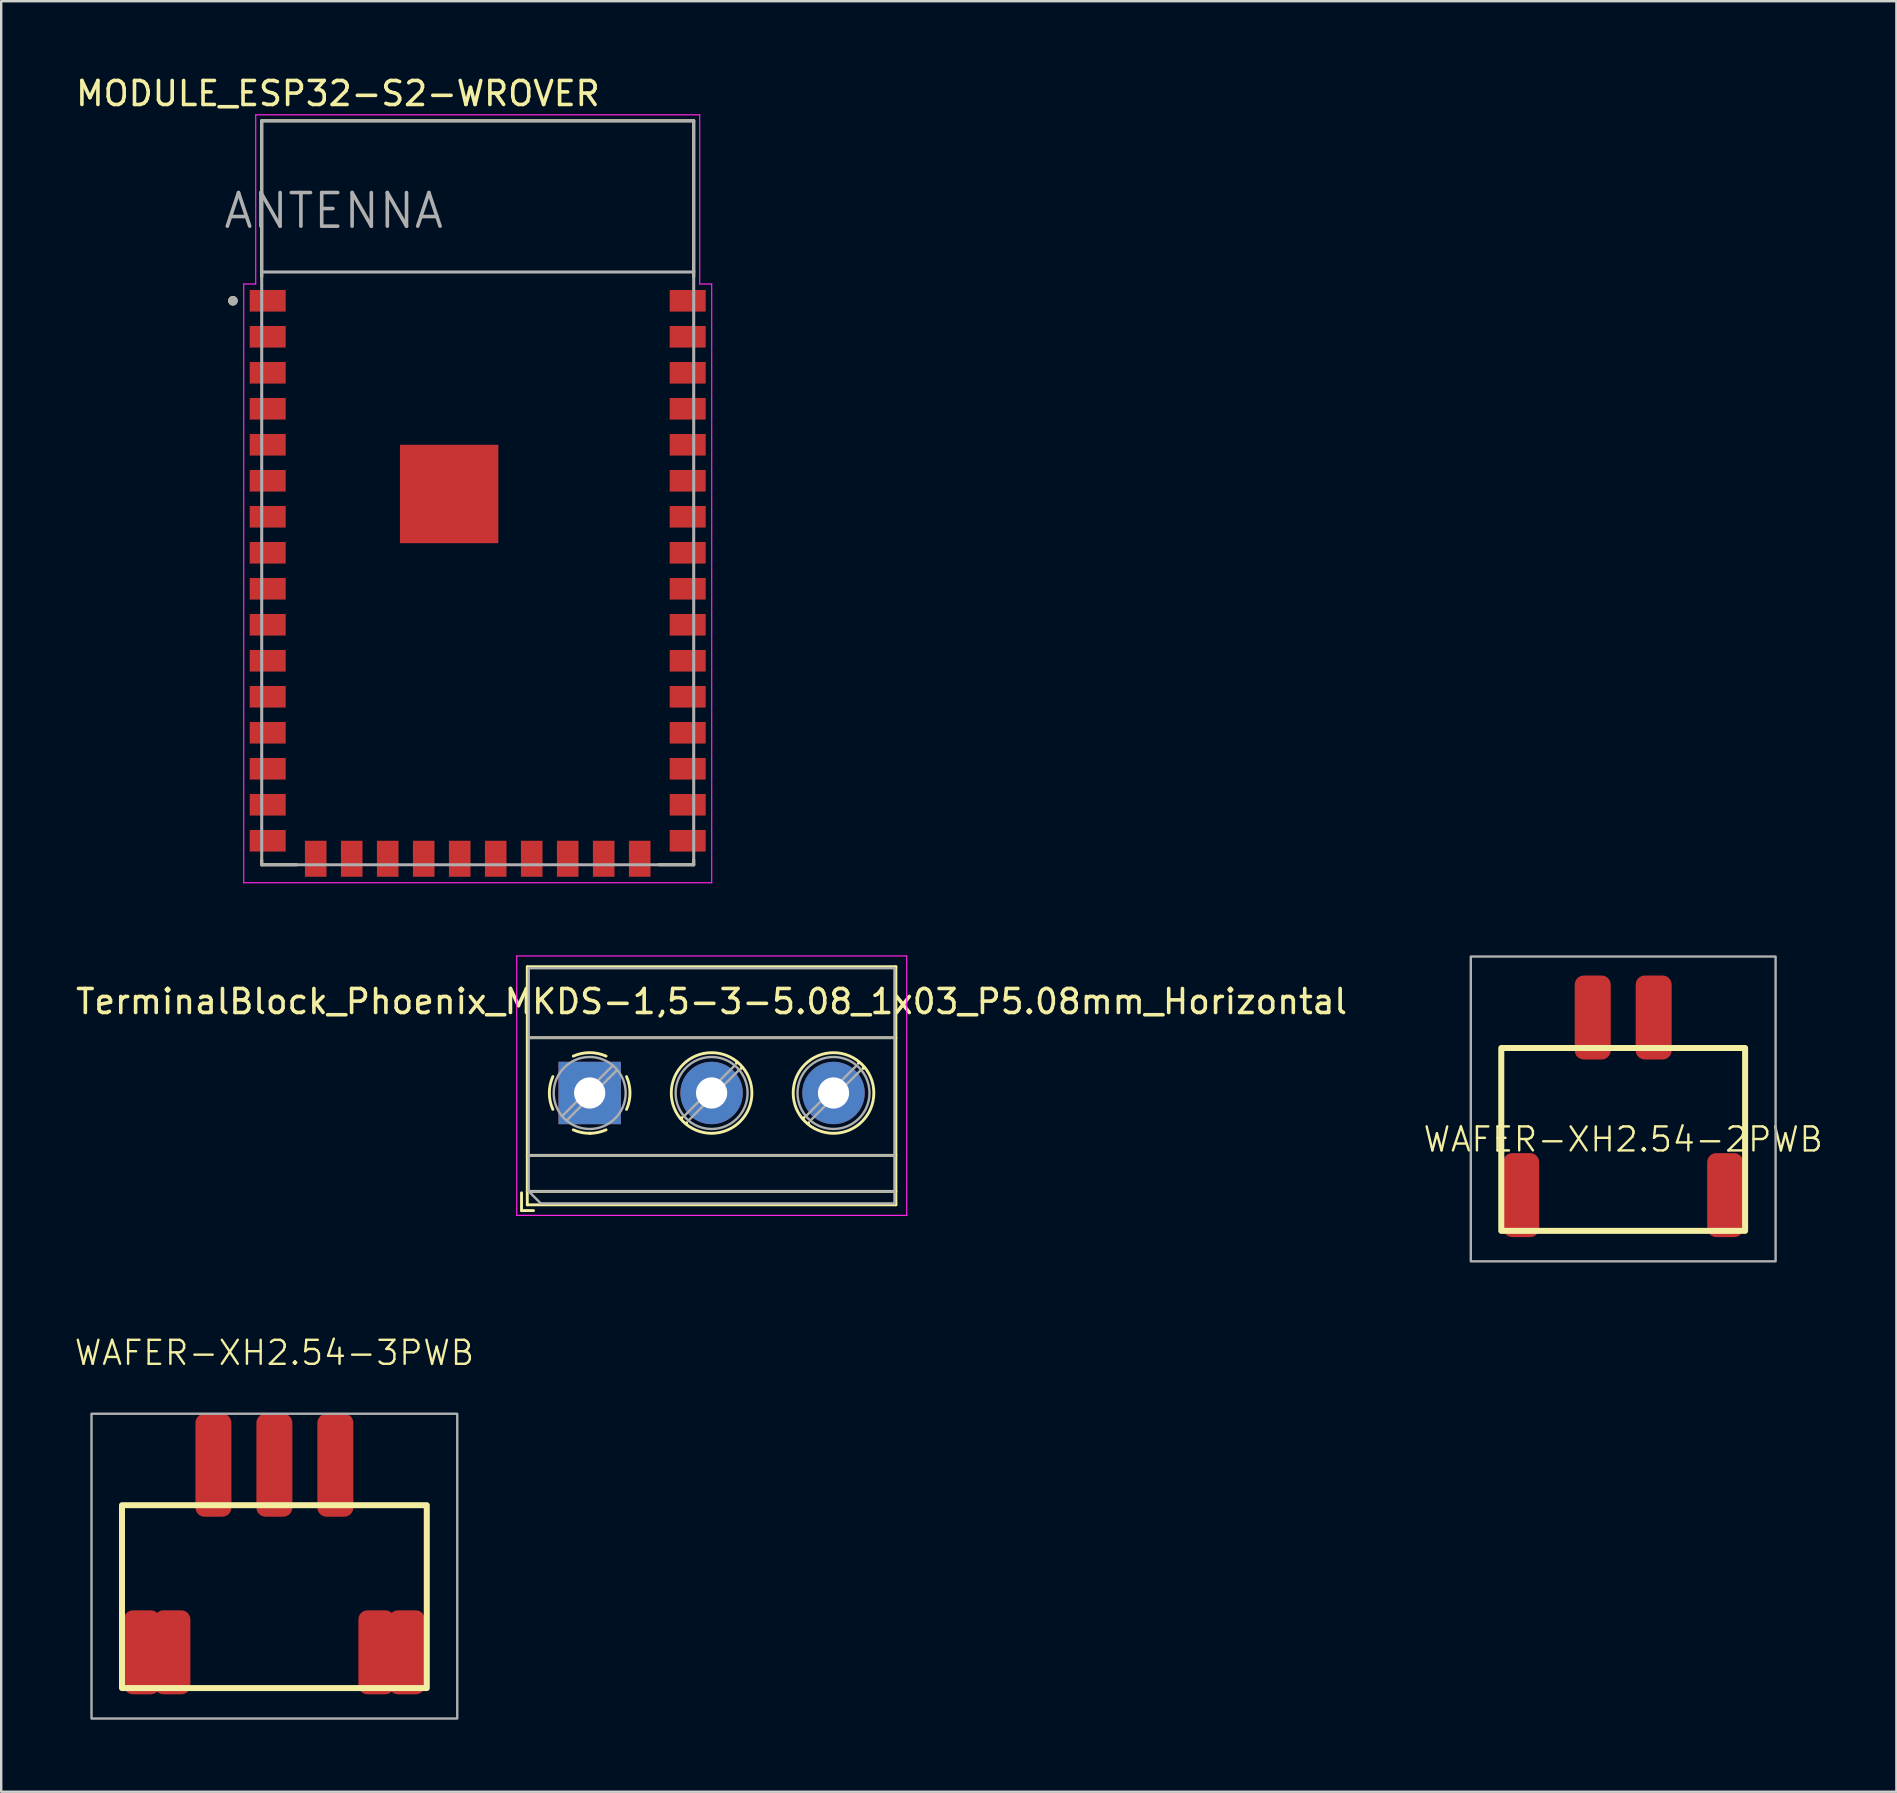
<source format=kicad_pcb>
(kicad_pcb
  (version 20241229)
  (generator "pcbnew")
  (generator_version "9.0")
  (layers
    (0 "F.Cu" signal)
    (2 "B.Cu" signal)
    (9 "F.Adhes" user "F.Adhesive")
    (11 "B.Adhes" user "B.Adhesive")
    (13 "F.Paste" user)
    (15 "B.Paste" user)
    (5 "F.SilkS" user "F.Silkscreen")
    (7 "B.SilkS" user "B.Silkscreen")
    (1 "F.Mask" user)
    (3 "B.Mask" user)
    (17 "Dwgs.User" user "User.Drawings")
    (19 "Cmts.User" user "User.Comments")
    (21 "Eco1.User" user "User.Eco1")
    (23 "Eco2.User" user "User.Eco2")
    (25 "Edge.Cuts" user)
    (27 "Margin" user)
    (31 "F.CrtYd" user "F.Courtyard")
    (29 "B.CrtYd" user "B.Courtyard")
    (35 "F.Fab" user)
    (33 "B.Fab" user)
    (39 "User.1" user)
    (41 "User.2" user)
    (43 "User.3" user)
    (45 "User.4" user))
  (footprint "WAFER-XH2.54-2PWB"
    (layer "F.Cu")
    (at 64.586 39.348)
    (property "Reference" "WAFER-XH2.54-2PWB" (at 0 5.08 0) (unlocked yes) (layer "F.SilkS") (effects (font (size 1 1) (thickness 0.1))))
    (attr smd)
    (fp_rect (start -5.08 1.27) (end 5.08 8.89) (stroke (width 0.25) (type default)) (fill no) (layer "F.SilkS"))
    (fp_rect (start -6.35 -2.54) (end 6.35 10.16) (stroke (width 0.1) (type default)) (fill no) (layer "F.Fab"))
    (pad "" smd roundrect (at -4.25 7.4 90) (size 3.5 1.5) (layers "F.Cu" "F.Mask" "F.Paste") (roundrect_rratio 0.25))
    (pad "" smd roundrect (at 4.25 7.4 90) (size 3.5 1.5) (layers "F.Cu" "F.Mask" "F.Paste") (roundrect_rratio 0.25))
    (pad "1" smd roundrect (at -1.27 0 90) (size 3.5 1.5) (layers "F.Cu" "F.Mask" "F.Paste") (roundrect_rratio 0.25))
    (pad "2" smd roundrect (at 1.27 0 90) (size 3.5 1.5) (layers "F.Cu" "F.Mask" "F.Paste") (roundrect_rratio 0.25)))
  (footprint "MODULE_ESP32-S2-WROVER"
    (layer "F.Cu")
    (at 16.855 17.483)
    (property "Reference" "MODULE_ESP32-S2-WROVER" (at -5.825 -16.635 0) (layer "F.SilkS") (effects (font (size 1 1) (thickness 0.15))))
    (attr smd)
    (fp_line (start -9 -15.5) (end 9 -15.5) (stroke (width 0.127) (type solid)) (layer "F.SilkS"))
    (fp_line (start -9 -9) (end -9 -15.5) (stroke (width 0.127) (type solid)) (layer "F.SilkS"))
    (fp_line (start -9 15.3) (end -9 15.5) (stroke (width 0.127) (type solid)) (layer "F.SilkS"))
    (fp_line (start -9 15.5) (end -7.55 15.5) (stroke (width 0.127) (type solid)) (layer "F.SilkS"))
    (fp_line (start 7.55 15.5) (end 9 15.5) (stroke (width 0.127) (type solid)) (layer "F.SilkS"))
    (fp_line (start 9 -15.5) (end 9 -9) (stroke (width 0.127) (type solid)) (layer "F.SilkS"))
    (fp_line (start 9 15.5) (end 9 15.3) (stroke (width 0.127) (type solid)) (layer "F.SilkS"))
    (fp_circle (center -10.2 -8) (end -10.1 -8) (stroke (width 0.2) (type solid)) (fill no) (layer "F.SilkS"))
    (fp_line (start -9.75 -8.7) (end -9.25 -8.7) (stroke (width 0.05) (type solid)) (layer "F.CrtYd"))
    (fp_line (start -9.75 16.25) (end -9.75 -8.7) (stroke (width 0.05) (type solid)) (layer "F.CrtYd"))
    (fp_line (start -9.25 -15.75) (end 9.25 -15.75) (stroke (width 0.05) (type solid)) (layer "F.CrtYd"))
    (fp_line (start -9.25 -8.7) (end -9.25 -15.75) (stroke (width 0.05) (type solid)) (layer "F.CrtYd"))
    (fp_line (start 9.25 -15.75) (end 9.25 -8.7) (stroke (width 0.05) (type solid)) (layer "F.CrtYd"))
    (fp_line (start 9.25 -8.7) (end 9.75 -8.7) (stroke (width 0.05) (type solid)) (layer "F.CrtYd"))
    (fp_line (start 9.75 -8.7) (end 9.75 16.25) (stroke (width 0.05) (type solid)) (layer "F.CrtYd"))
    (fp_line (start 9.75 16.25) (end -9.75 16.25) (stroke (width 0.05) (type solid)) (layer "F.CrtYd"))
    (fp_line (start -9 -15.5) (end -9 -9.2) (stroke (width 0.127) (type solid)) (layer "F.Fab"))
    (fp_line (start -9 -15.5) (end 9 -15.5) (stroke (width 0.127) (type solid)) (layer "F.Fab"))
    (fp_line (start -9 -9.2) (end 9 -9.2) (stroke (width 0.127) (type solid)) (layer "F.Fab"))
    (fp_line (start -9 15.5) (end -9 -9.2) (stroke (width 0.127) (type solid)) (layer "F.Fab"))
    (fp_line (start 9 -15.5) (end 9 -9.2) (stroke (width 0.127) (type solid)) (layer "F.Fab"))
    (fp_line (start 9 -9.2) (end 9 15.5) (stroke (width 0.127) (type solid)) (layer "F.Fab"))
    (fp_line (start 9 15.5) (end -9 15.5) (stroke (width 0.127) (type solid)) (layer "F.Fab"))
    (fp_circle (center -10.2 -8) (end -10.1 -8) (stroke (width 0.2) (type solid)) (fill no) (layer "F.Fab"))
    (fp_text user "ANTENNA" (at -6 -11.75 0) (layer "F.Fab") (effects (font (size 1.4 1.4) (thickness 0.15))))
    (pad "1" smd rect (at -8.75 -8) (size 1.5 0.9) (layers "F.Cu" "F.Mask" "F.Paste"))
    (pad "2" smd rect (at -8.75 -6.5) (size 1.5 0.9) (layers "F.Cu" "F.Mask" "F.Paste"))
    (pad "3" smd rect (at -8.75 -5) (size 1.5 0.9) (layers "F.Cu" "F.Mask" "F.Paste"))
    (pad "4" smd rect (at -8.75 -3.5) (size 1.5 0.9) (layers "F.Cu" "F.Mask" "F.Paste"))
    (pad "5" smd rect (at -8.75 -2) (size 1.5 0.9) (layers "F.Cu" "F.Mask" "F.Paste"))
    (pad "6" smd rect (at -8.75 -0.5) (size 1.5 0.9) (layers "F.Cu" "F.Mask" "F.Paste"))
    (pad "7" smd rect (at -8.75 1) (size 1.5 0.9) (layers "F.Cu" "F.Mask" "F.Paste"))
    (pad "8" smd rect (at -8.75 2.5) (size 1.5 0.9) (layers "F.Cu" "F.Mask" "F.Paste"))
    (pad "9" smd rect (at -8.75 4) (size 1.5 0.9) (layers "F.Cu" "F.Mask" "F.Paste"))
    (pad "10" smd rect (at -8.75 5.5) (size 1.5 0.9) (layers "F.Cu" "F.Mask" "F.Paste"))
    (pad "11" smd rect (at -8.75 7) (size 1.5 0.9) (layers "F.Cu" "F.Mask" "F.Paste"))
    (pad "12" smd rect (at -8.75 8.5) (size 1.5 0.9) (layers "F.Cu" "F.Mask" "F.Paste"))
    (pad "13" smd rect (at -8.75 10) (size 1.5 0.9) (layers "F.Cu" "F.Mask" "F.Paste"))
    (pad "14" smd rect (at -8.75 11.5) (size 1.5 0.9) (layers "F.Cu" "F.Mask" "F.Paste"))
    (pad "15" smd rect (at -8.75 13) (size 1.5 0.9) (layers "F.Cu" "F.Mask" "F.Paste"))
    (pad "16" smd rect (at -8.75 14.5) (size 1.5 0.9) (layers "F.Cu" "F.Mask" "F.Paste"))
    (pad "17" smd rect (at -6.75 15.25 90) (size 1.5 0.9) (layers "F.Cu" "F.Mask" "F.Paste"))
    (pad "18" smd rect (at -5.25 15.25 90) (size 1.5 0.9) (layers "F.Cu" "F.Mask" "F.Paste"))
    (pad "19" smd rect (at -3.75 15.25 90) (size 1.5 0.9) (layers "F.Cu" "F.Mask" "F.Paste"))
    (pad "20" smd rect (at -2.25 15.25 90) (size 1.5 0.9) (layers "F.Cu" "F.Mask" "F.Paste"))
    (pad "21" smd rect (at -0.75 15.25 90) (size 1.5 0.9) (layers "F.Cu" "F.Mask" "F.Paste"))
    (pad "22" smd rect (at 0.75 15.25 90) (size 1.5 0.9) (layers "F.Cu" "F.Mask" "F.Paste"))
    (pad "23" smd rect (at 2.25 15.25 90) (size 1.5 0.9) (layers "F.Cu" "F.Mask" "F.Paste"))
    (pad "24" smd rect (at 3.75 15.25 90) (size 1.5 0.9) (layers "F.Cu" "F.Mask" "F.Paste"))
    (pad "25" smd rect (at 5.25 15.25 90) (size 1.5 0.9) (layers "F.Cu" "F.Mask" "F.Paste"))
    (pad "26" smd rect (at 6.75 15.25 90) (size 1.5 0.9) (layers "F.Cu" "F.Mask" "F.Paste"))
    (pad "27" smd rect (at 8.75 14.5 180) (size 1.5 0.9) (layers "F.Cu" "F.Mask" "F.Paste"))
    (pad "28" smd rect (at 8.75 13 180) (size 1.5 0.9) (layers "F.Cu" "F.Mask" "F.Paste"))
    (pad "29" smd rect (at 8.75 11.5 180) (size 1.5 0.9) (layers "F.Cu" "F.Mask" "F.Paste"))
    (pad "30" smd rect (at 8.75 10 180) (size 1.5 0.9) (layers "F.Cu" "F.Mask" "F.Paste"))
    (pad "31" smd rect (at 8.75 8.5 180) (size 1.5 0.9) (layers "F.Cu" "F.Mask" "F.Paste"))
    (pad "32" smd rect (at 8.75 7 180) (size 1.5 0.9) (layers "F.Cu" "F.Mask" "F.Paste"))
    (pad "33" smd rect (at 8.75 5.5 180) (size 1.5 0.9) (layers "F.Cu" "F.Mask" "F.Paste"))
    (pad "34" smd rect (at 8.75 4 180) (size 1.5 0.9) (layers "F.Cu" "F.Mask" "F.Paste"))
    (pad "35" smd rect (at 8.75 2.5 180) (size 1.5 0.9) (layers "F.Cu" "F.Mask" "F.Paste"))
    (pad "36" smd rect (at 8.75 1 180) (size 1.5 0.9) (layers "F.Cu" "F.Mask" "F.Paste"))
    (pad "37" smd rect (at 8.75 -0.5 180) (size 1.5 0.9) (layers "F.Cu" "F.Mask" "F.Paste"))
    (pad "38" smd rect (at 8.75 -2 180) (size 1.5 0.9) (layers "F.Cu" "F.Mask" "F.Paste"))
    (pad "39" smd rect (at 8.75 -3.5 180) (size 1.5 0.9) (layers "F.Cu" "F.Mask" "F.Paste"))
    (pad "40" smd rect (at 8.75 -5 180) (size 1.5 0.9) (layers "F.Cu" "F.Mask" "F.Paste"))
    (pad "41" smd rect (at 8.75 -6.5 180) (size 1.5 0.9) (layers "F.Cu" "F.Mask" "F.Paste"))
    (pad "42" smd rect (at 8.75 -8 180) (size 1.5 0.9) (layers "F.Cu" "F.Mask" "F.Paste"))
    (pad "43" smd rect (at -1.19 0.05) (size 4.1 4.1) (layers "F.Cu" "F.Mask" "F.Paste")))
  (footprint "WAFER-XH2.54-3PWB"
    (layer "F.Cu")
    (at 8.383 58.399)
    (property "Reference" "WAFER-XH2.54-3PWB" (at 0 -5.08 0) (unlocked yes) (layer "F.SilkS") (effects (font (size 1 1) (thickness 0.1))))
    (attr smd)
    (fp_rect (start -6.35 1.27) (end 6.35 8.89) (stroke (width 0.25) (type default)) (fill no) (layer "F.SilkS"))
    (fp_rect (start -7.62 -2.54) (end 7.62 10.16) (stroke (width 0.1) (type default)) (fill no) (layer "F.Fab"))
    (pad "" smd roundrect (at -5.52 7.4 90) (size 3.5 1.5) (layers "F.Cu" "F.Mask" "F.Paste") (roundrect_rratio 0.25))
    (pad "" smd roundrect (at -4.25 7.4 90) (size 3.5 1.5) (layers "F.Cu" "F.Mask" "F.Paste") (roundrect_rratio 0.25))
    (pad "" smd roundrect (at 4.25 7.4 90) (size 3.5 1.5) (layers "F.Cu" "F.Mask" "F.Paste") (roundrect_rratio 0.25))
    (pad "" smd roundrect (at 5.52 7.4 90) (size 3.5 1.5) (layers "F.Cu" "F.Mask" "F.Paste") (roundrect_rratio 0.25))
    (pad "1" smd roundrect (at -2.54 -0.395 90) (size 4.29 1.5) (layers "F.Cu" "F.Mask" "F.Paste") (roundrect_rratio 0.25))
    (pad "2" smd roundrect (at 0 -0.395 90) (size 4.29 1.5) (layers "F.Cu" "F.Mask" "F.Paste") (roundrect_rratio 0.25))
    (pad "3" smd roundrect (at 2.54 -0.395 90) (size 4.29 1.5) (layers "F.Cu" "F.Mask" "F.Paste") (roundrect_rratio 0.25)))
  (footprint "TerminalBlock_Phoenix_MKDS-1,5-3-5.08_1x03_P5.08mm_Horizontal"
    (layer "F.Cu")
    (at 26.601 42.493)
    (property "Reference" "TerminalBlock_Phoenix_MKDS-1,5-3-5.08_1x03_P5.08mm_Horizontal" (at 0 -3.81 0) (layer "F.SilkS") (effects (font (size 1 1) (thickness 0.15))))
    (attr through_hole)
    (fp_line (start -7.92 4.16) (end -7.92 4.9) (stroke (width 0.12) (type solid)) (layer "F.SilkS"))
    (fp_line (start -7.92 4.9) (end -7.42 4.9) (stroke (width 0.12) (type solid)) (layer "F.SilkS"))
    (fp_line (start -7.68 -5.261) (end -7.68 4.66) (stroke (width 0.12) (type solid)) (layer "F.SilkS"))
    (fp_line (start -7.68 -5.261) (end 7.68 -5.261) (stroke (width 0.12) (type solid)) (layer "F.SilkS"))
    (fp_line (start -7.68 -2.301) (end 7.68 -2.301) (stroke (width 0.12) (type solid)) (layer "F.SilkS"))
    (fp_line (start -7.68 2.6) (end 7.68 2.6) (stroke (width 0.12) (type solid)) (layer "F.SilkS"))
    (fp_line (start -7.68 4.1) (end 7.68 4.1) (stroke (width 0.12) (type solid)) (layer "F.SilkS"))
    (fp_line (start -7.68 4.66) (end 7.68 4.66) (stroke (width 0.12) (type solid)) (layer "F.SilkS"))
    (fp_line (start -1.227 1.023) (end -1.274 1.069) (stroke (width 0.12) (type solid)) (layer "F.SilkS"))
    (fp_line (start -1.034 1.239) (end -1.069 1.274) (stroke (width 0.12) (type solid)) (layer "F.SilkS"))
    (fp_line (start 1.07 -1.275) (end 1.035 -1.239) (stroke (width 0.12) (type solid)) (layer "F.SilkS"))
    (fp_line (start 1.275 -1.069) (end 1.228 -1.023) (stroke (width 0.12) (type solid)) (layer "F.SilkS"))
    (fp_line (start 3.853 1.023) (end 3.806 1.069) (stroke (width 0.12) (type solid)) (layer "F.SilkS"))
    (fp_line (start 4.046 1.239) (end 4.011 1.274) (stroke (width 0.12) (type solid)) (layer "F.SilkS"))
    (fp_line (start 6.15 -1.275) (end 6.115 -1.239) (stroke (width 0.12) (type solid)) (layer "F.SilkS"))
    (fp_line (start 6.355 -1.069) (end 6.308 -1.023) (stroke (width 0.12) (type solid)) (layer "F.SilkS"))
    (fp_line (start 7.68 -5.261) (end 7.68 4.66) (stroke (width 0.12) (type solid)) (layer "F.SilkS"))
    (fp_arc (start -6.615427 0.683042) (mid -6.760501 -0.000524) (end -6.615 -0.684) (stroke (width 0.12) (type solid)) (layer "F.SilkS"))
    (fp_arc (start -5.763042 -1.535427) (mid -5.079476 -1.680501) (end -4.396 -1.535) (stroke (width 0.12) (type solid)) (layer "F.SilkS"))
    (fp_arc (start -5.051195 1.680253) (mid -5.415551 1.646659) (end -5.764 1.535) (stroke (width 0.12) (type solid)) (layer "F.SilkS"))
    (fp_arc (start -4.396682 1.534756) (mid -4.730708 1.643288) (end -5.08 1.68) (stroke (width 0.12) (type solid)) (layer "F.SilkS"))
    (fp_arc (start -3.544573 -0.683042) (mid -3.399499 0.000524) (end -3.545 0.684) (stroke (width 0.12) (type solid)) (layer "F.SilkS"))
    (fp_circle (center 0 0) (end 1.68 0) (stroke (width 0.12) (type solid)) (fill no) (layer "F.SilkS"))
    (fp_circle (center 5.08 0) (end 6.76 0) (stroke (width 0.12) (type solid)) (fill no) (layer "F.SilkS"))
    (fp_line (start -8.12 -5.71) (end -8.12 5.1) (stroke (width 0.05) (type solid)) (layer "F.CrtYd"))
    (fp_line (start -8.12 5.1) (end 8.13 5.1) (stroke (width 0.05) (type solid)) (layer "F.CrtYd"))
    (fp_line (start 8.13 -5.71) (end -8.12 -5.71) (stroke (width 0.05) (type solid)) (layer "F.CrtYd"))
    (fp_line (start 8.13 5.1) (end 8.13 -5.71) (stroke (width 0.05) (type solid)) (layer "F.CrtYd"))
    (fp_line (start -7.62 -5.2) (end 7.62 -5.2) (stroke (width 0.1) (type solid)) (layer "F.Fab"))
    (fp_line (start -7.62 -2.3) (end 7.62 -2.3) (stroke (width 0.1) (type solid)) (layer "F.Fab"))
    (fp_line (start -7.62 2.6) (end 7.62 2.6) (stroke (width 0.1) (type solid)) (layer "F.Fab"))
    (fp_line (start -7.62 4.1) (end -7.62 -5.2) (stroke (width 0.1) (type solid)) (layer "F.Fab"))
    (fp_line (start -7.62 4.1) (end 7.62 4.1) (stroke (width 0.1) (type solid)) (layer "F.Fab"))
    (fp_line (start -7.12 4.6) (end -7.62 4.1) (stroke (width 0.1) (type solid)) (layer "F.Fab"))
    (fp_line (start -4.125 -1.138) (end -6.218 0.955) (stroke (width 0.1) (type solid)) (layer "F.Fab"))
    (fp_line (start -3.942 -0.955) (end -6.035 1.138) (stroke (width 0.1) (type solid)) (layer "F.Fab"))
    (fp_line (start 0.955 -1.138) (end -1.137 0.955) (stroke (width 0.1) (type solid)) (layer "F.Fab"))
    (fp_line (start 1.138 -0.955) (end -0.954 1.138) (stroke (width 0.1) (type solid)) (layer "F.Fab"))
    (fp_line (start 6.035 -1.138) (end 3.943 0.955) (stroke (width 0.1) (type solid)) (layer "F.Fab"))
    (fp_line (start 6.218 -0.955) (end 4.126 1.138) (stroke (width 0.1) (type solid)) (layer "F.Fab"))
    (fp_line (start 7.62 -5.2) (end 7.62 4.6) (stroke (width 0.1) (type solid)) (layer "F.Fab"))
    (fp_line (start 7.62 4.6) (end -7.12 4.6) (stroke (width 0.1) (type solid)) (layer "F.Fab"))
    (fp_circle (center -5.08 0) (end -3.58 0) (stroke (width 0.1) (type solid)) (fill no) (layer "F.Fab"))
    (fp_circle (center 0 0) (end 1.5 0) (stroke (width 0.1) (type solid)) (fill no) (layer "F.Fab"))
    (fp_circle (center 5.08 0) (end 6.58 0) (stroke (width 0.1) (type solid)) (fill no) (layer "F.Fab"))
    (pad "1" thru_hole rect (at -5.08 0) (size 2.6 2.6) (drill 1.3) (layers "*.Cu" "*.Mask"))
    (pad "2" thru_hole circle (at 0 0) (size 2.6 2.6) (drill 1.3) (layers "*.Cu" "*.Mask"))
    (pad "3" thru_hole circle (at 5.08 0) (size 2.6 2.6) (drill 1.3) (layers "*.Cu" "*.Mask")))
  (gr_rect
    (start -3 -3)
    (end 75.969 71.609)
    (stroke (width 0.1) (type default))
    (fill no)
    (layer "Edge.Cuts")))
</source>
